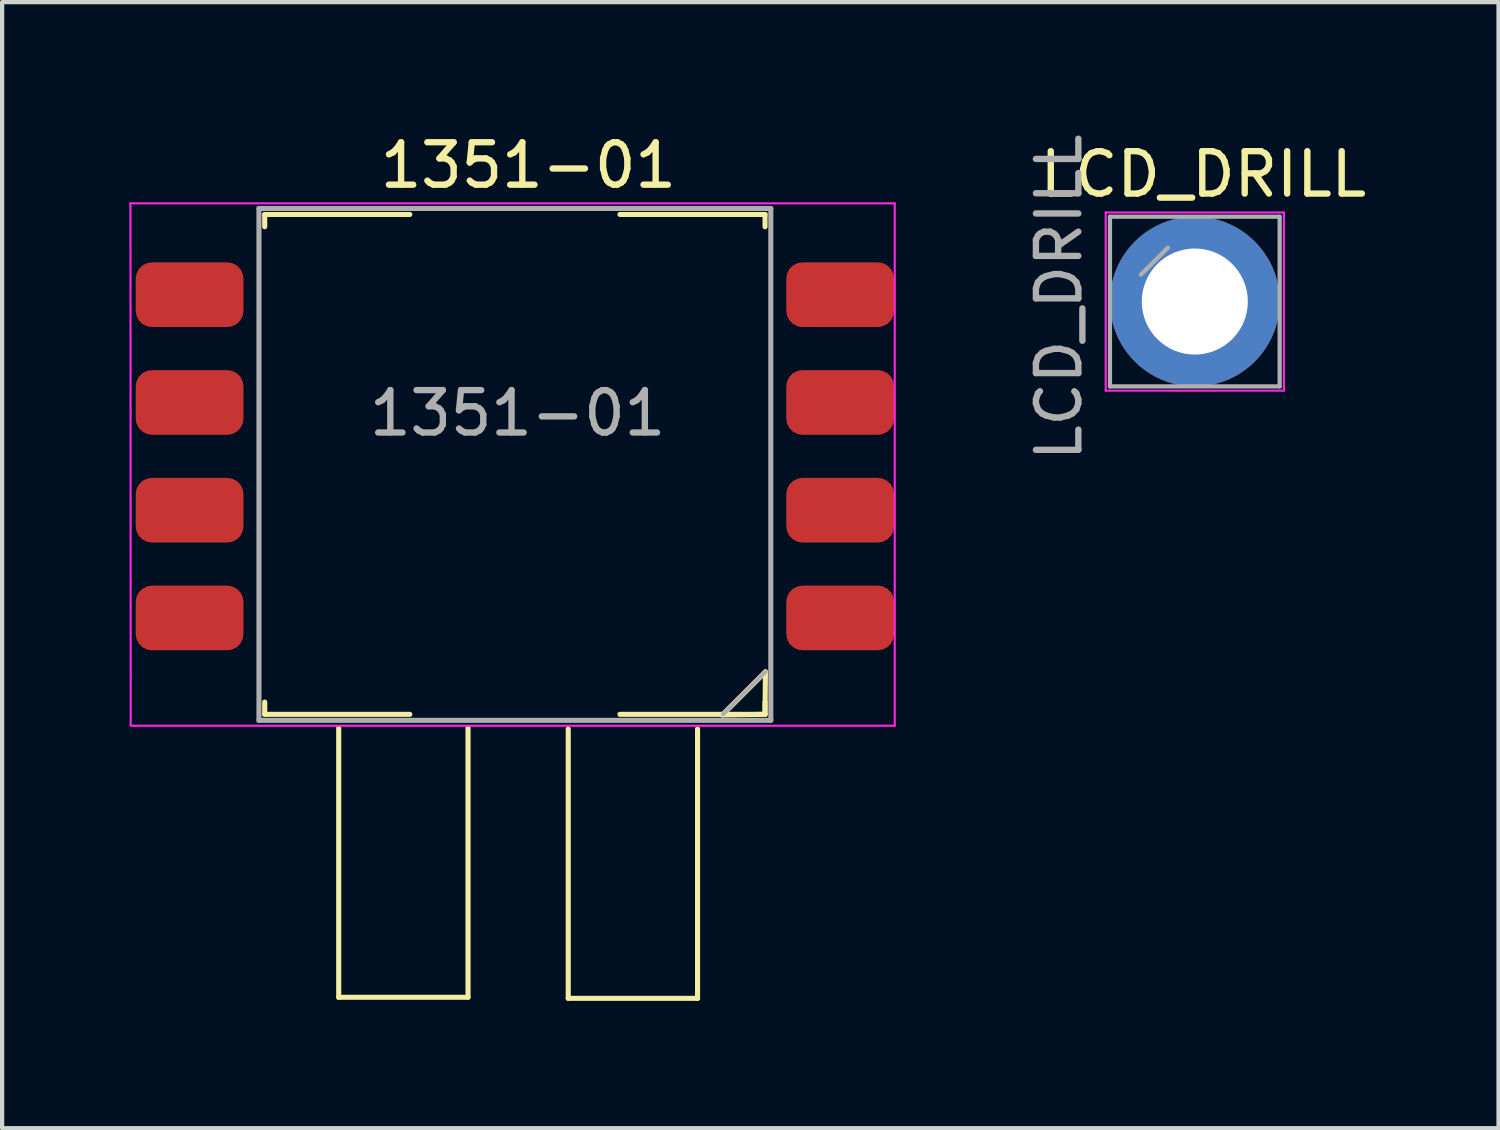
<source format=kicad_pcb>
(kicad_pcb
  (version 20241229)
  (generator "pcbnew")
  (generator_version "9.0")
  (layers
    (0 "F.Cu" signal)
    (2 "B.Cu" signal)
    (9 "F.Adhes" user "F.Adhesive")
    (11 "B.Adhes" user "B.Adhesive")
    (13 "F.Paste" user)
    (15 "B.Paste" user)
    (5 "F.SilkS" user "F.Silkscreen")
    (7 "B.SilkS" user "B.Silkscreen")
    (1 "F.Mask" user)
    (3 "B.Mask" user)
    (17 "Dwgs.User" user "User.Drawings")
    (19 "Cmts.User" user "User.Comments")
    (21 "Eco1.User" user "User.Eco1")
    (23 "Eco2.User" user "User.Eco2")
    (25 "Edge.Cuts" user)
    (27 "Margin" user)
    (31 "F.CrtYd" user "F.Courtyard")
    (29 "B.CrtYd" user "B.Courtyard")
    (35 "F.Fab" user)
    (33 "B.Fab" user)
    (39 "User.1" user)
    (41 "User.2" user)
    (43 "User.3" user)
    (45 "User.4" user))
  (footprint "1351-01"
    (layer "F.Cu")
    (at 3.054 1.864)
    (property "Reference" "1351-01" (at 6.35 -1.016 0) (layer "F.SilkS") (effects (font (size 1 1) (thickness 0.15))))
    (attr smd)
    (fp_line (start 0.136 0.141) (end 0.136 0.431) (stroke (width 0.12) (type solid)) (layer "F.SilkS"))
    (fp_line (start 0.136 11.924) (end 0.136 11.634) (stroke (width 0.12) (type solid)) (layer "F.SilkS"))
    (fp_line (start 1.88 12.243) (end 1.88 18.593) (stroke (width 0.12) (type solid)) (layer "F.SilkS"))
    (fp_line (start 1.88 18.593) (end 4.928 18.593) (stroke (width 0.12) (type solid)) (layer "F.SilkS"))
    (fp_line (start 3.556 0.141) (end 0.136 0.141) (stroke (width 0.12) (type solid)) (layer "F.SilkS"))
    (fp_line (start 3.556 11.924) (end 0.136 11.924) (stroke (width 0.12) (type solid)) (layer "F.SilkS"))
    (fp_line (start 4.928 18.593) (end 4.928 12.243) (stroke (width 0.12) (type solid)) (layer "F.SilkS"))
    (fp_line (start 7.29 12.268) (end 7.29 18.618) (stroke (width 0.12) (type solid)) (layer "F.SilkS"))
    (fp_line (start 7.29 18.618) (end 10.338 18.618) (stroke (width 0.12) (type solid)) (layer "F.SilkS"))
    (fp_line (start 8.509 0.141) (end 11.929 0.141) (stroke (width 0.12) (type solid)) (layer "F.SilkS"))
    (fp_line (start 8.509 11.924) (end 11.929 11.924) (stroke (width 0.12) (type solid)) (layer "F.SilkS"))
    (fp_line (start 10.338 18.618) (end 10.338 12.268) (stroke (width 0.12) (type solid)) (layer "F.SilkS"))
    (fp_line (start 10.922 11.938) (end 11.938 10.922) (stroke (width 0.12) (type solid)) (layer "F.SilkS"))
    (fp_line (start 11.929 0.141) (end 11.929 0.431) (stroke (width 0.12) (type solid)) (layer "F.SilkS"))
    (fp_line (start 11.929 11.924) (end 10.922 11.938) (stroke (width 0.12) (type solid)) (layer "F.SilkS"))
    (fp_line (start 11.929 11.924) (end 11.929 11.634) (stroke (width 0.12) (type solid)) (layer "F.SilkS"))
    (fp_line (start 11.938 10.922) (end 11.929 11.924) (stroke (width 0.12) (type solid)) (layer "F.SilkS"))
    (fp_line (start -3.029 -0.121) (end -3.023 12.179) (stroke (width 0.05) (type solid)) (layer "F.CrtYd"))
    (fp_line (start -3.023 12.192) (end 14.986 12.192) (stroke (width 0.05) (type solid)) (layer "F.CrtYd"))
    (fp_line (start 14.986 -0.121) (end -3.029 -0.121) (stroke (width 0.05) (type solid)) (layer "F.CrtYd"))
    (fp_line (start 14.986 12.192) (end 14.986 -0.121) (stroke (width 0.05) (type solid)) (layer "F.CrtYd"))
    (fp_line (start 0 0) (end 12.065 0) (stroke (width 0.12) (type solid)) (layer "F.Fab"))
    (fp_line (start 0 12.065) (end 0 0) (stroke (width 0.12) (type solid)) (layer "F.Fab"))
    (fp_line (start 11.938 10.922) (end 10.938 11.922) (stroke (width 0.1) (type solid)) (layer "F.Fab"))
    (fp_line (start 12.065 0) (end 12.065 12.065) (stroke (width 0.12) (type solid)) (layer "F.Fab"))
    (fp_line (start 12.065 12.065) (end 0 12.065) (stroke (width 0.12) (type solid)) (layer "F.Fab"))
    (fp_text user "${REFERENCE}" (at 6.096 4.826 0) (layer "F.Fab") (effects (font (size 1 1) (thickness 0.15))))
    (pad "1" smd roundrect (at 13.7 9.652) (size 2.54 1.524) (layers "F.Cu" "F.Mask" "F.Paste") (roundrect_rratio 0.25))
    (pad "2" smd roundrect (at 13.7 7.112) (size 2.54 1.524) (layers "F.Cu" "F.Mask" "F.Paste") (roundrect_rratio 0.25))
    (pad "3" smd roundrect (at 13.7 4.572) (size 2.54 1.524) (layers "F.Cu" "F.Mask" "F.Paste") (roundrect_rratio 0.25))
    (pad "4" smd roundrect (at 13.7 2.032) (size 2.54 1.524) (layers "F.Cu" "F.Mask" "F.Paste") (roundrect_rratio 0.25))
    (pad "5" smd roundrect (at -1.635 2.032) (size 2.54 1.524) (layers "F.Cu" "F.Mask" "F.Paste") (roundrect_rratio 0.25))
    (pad "6" smd roundrect (at -1.635 4.572) (size 2.54 1.524) (layers "F.Cu" "F.Mask" "F.Paste") (roundrect_rratio 0.25))
    (pad "7" smd roundrect (at -1.635 7.112) (size 2.54 1.524) (layers "F.Cu" "F.Mask" "F.Paste") (roundrect_rratio 0.25))
    (pad "8" smd roundrect (at -1.635 9.652) (size 2.54 1.524) (layers "F.Cu" "F.Mask" "F.Paste") (roundrect_rratio 0.25)))
  (footprint "LCD_DRILL"
    (layer "F.Cu")
    (at 25.113 4.058)
    (property "Reference" "LCD_DRILL" (at 0.2 -3 0) (layer "F.SilkS") (effects (font (size 1 1) (thickness 0.15))))
    (attr through_hole)
    (fp_line (start -2.1 -2.1) (end -2.1 2.1) (stroke (width 0.05) (type solid)) (layer "F.CrtYd"))
    (fp_line (start -2.1 2.1) (end 2.1 2.1) (stroke (width 0.05) (type solid)) (layer "F.CrtYd"))
    (fp_line (start 2.1 -2.1) (end -2.1 -2.1) (stroke (width 0.05) (type solid)) (layer "F.CrtYd"))
    (fp_line (start 2.1 2.1) (end 2.1 -2.1) (stroke (width 0.05) (type solid)) (layer "F.CrtYd"))
    (fp_line (start -2 2) (end -2 -2) (stroke (width 0.1) (type solid)) (layer "F.Fab"))
    (fp_line (start -1.27 -0.635) (end -0.635 -1.27) (stroke (width 0.1) (type solid)) (layer "F.Fab"))
    (fp_line (start 2 -2) (end -2 -2) (stroke (width 0.1) (type solid)) (layer "F.Fab"))
    (fp_line (start 2 2) (end -2 2) (stroke (width 0.1) (type solid)) (layer "F.Fab"))
    (fp_line (start 2 2) (end 2 -2) (stroke (width 0.1) (type solid)) (layer "F.Fab"))
    (fp_text user "${REFERENCE}" (at -3.2 -0.1 90) (layer "F.Fab") (effects (font (size 1 1) (thickness 0.15))))
    (pad "1" thru_hole circle (at 0 0) (size 4 4) (drill 2.5) (layers "*.Cu" "*.Mask")))
  (gr_rect
    (start -3 -3)
    (end 32.272 23.542)
    (stroke (width 0.1) (type default))
    (fill no)
    (layer "Edge.Cuts")))
</source>
